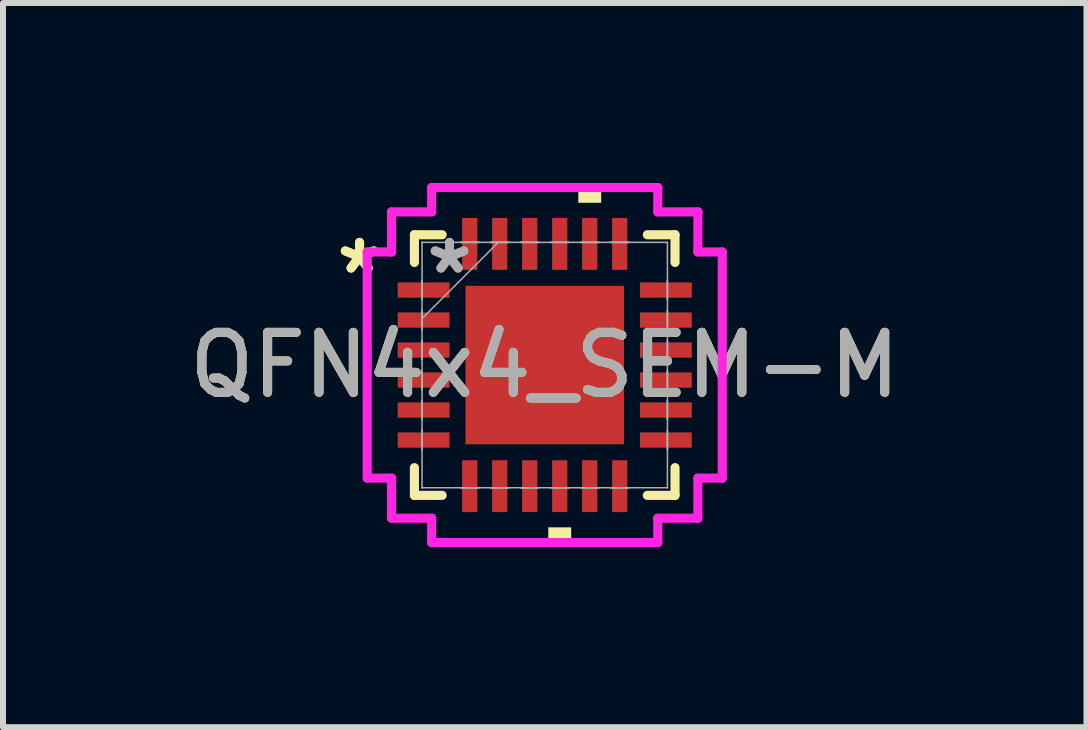
<source format=kicad_pcb>
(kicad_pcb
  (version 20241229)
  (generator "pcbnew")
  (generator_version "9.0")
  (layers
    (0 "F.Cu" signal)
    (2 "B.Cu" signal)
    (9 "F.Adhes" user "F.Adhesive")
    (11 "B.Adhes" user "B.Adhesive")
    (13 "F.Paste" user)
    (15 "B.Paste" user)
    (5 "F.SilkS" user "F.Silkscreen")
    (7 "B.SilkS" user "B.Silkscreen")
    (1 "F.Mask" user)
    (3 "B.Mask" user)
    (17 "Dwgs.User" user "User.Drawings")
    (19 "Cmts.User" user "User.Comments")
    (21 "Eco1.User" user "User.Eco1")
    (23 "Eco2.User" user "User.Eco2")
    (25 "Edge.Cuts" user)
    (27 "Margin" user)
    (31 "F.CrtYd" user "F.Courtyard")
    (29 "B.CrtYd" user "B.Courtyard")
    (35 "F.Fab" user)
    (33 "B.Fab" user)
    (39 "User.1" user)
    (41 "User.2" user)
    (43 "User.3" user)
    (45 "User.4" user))
  (footprint "QFN4x4_SEM-M"
    (layer "F.Cu")
    (at 6.03 3.035)
    (property "Reference" "QFN4x4_SEM-M" (at 0 0 0) (unlocked yes) (layer "F.SilkS") (effects (font (size 1 1) (thickness 0.15))))
    (attr smd)
    (fp_line (start -2.172 -2.172) (end -2.172 -1.71) (stroke (width 0.152) (type solid)) (layer "F.SilkS"))
    (fp_line (start -2.172 1.71) (end -2.172 2.172) (stroke (width 0.152) (type solid)) (layer "F.SilkS"))
    (fp_line (start -2.172 2.172) (end -1.71 2.172) (stroke (width 0.152) (type solid)) (layer "F.SilkS"))
    (fp_line (start -1.71 -2.172) (end -2.172 -2.172) (stroke (width 0.152) (type solid)) (layer "F.SilkS"))
    (fp_line (start 1.71 2.172) (end 2.172 2.172) (stroke (width 0.152) (type solid)) (layer "F.SilkS"))
    (fp_line (start 2.172 -2.172) (end 1.71 -2.172) (stroke (width 0.152) (type solid)) (layer "F.SilkS"))
    (fp_line (start 2.172 -1.71) (end 2.172 -2.172) (stroke (width 0.152) (type solid)) (layer "F.SilkS"))
    (fp_line (start 2.172 2.172) (end 2.172 1.71) (stroke (width 0.152) (type solid)) (layer "F.SilkS"))
    (fp_poly (pts (xy 0.059 2.705) (xy 0.059 2.959) (xy 0.441 2.959) (xy 0.441 2.705)) (stroke (width 0) (type solid)) (fill yes) (layer "F.SilkS"))
    (fp_poly (pts (xy 0.56 -2.705) (xy 0.56 -2.959) (xy 0.941 -2.959) (xy 0.941 -2.705)) (stroke (width 0) (type solid)) (fill yes) (layer "F.SilkS"))
    (fp_poly (pts (xy -1.221 -1.221) (xy -1.221 -0.1) (xy -0.1 -0.1) (xy -0.1 -1.221)) (stroke (width 0) (type solid)) (fill yes) (layer "F.Paste"))
    (fp_poly (pts (xy -1.221 0.1) (xy -1.221 1.221) (xy -0.1 1.221) (xy -0.1 0.1)) (stroke (width 0) (type solid)) (fill yes) (layer "F.Paste"))
    (fp_poly (pts (xy 0.1 -1.221) (xy 0.1 -0.1) (xy 1.221 -0.1) (xy 1.221 -1.221)) (stroke (width 0) (type solid)) (fill yes) (layer "F.Paste"))
    (fp_poly (pts (xy 0.1 0.1) (xy 0.1 1.221) (xy 1.221 1.221) (xy 1.221 0.1)) (stroke (width 0) (type solid)) (fill yes) (layer "F.Paste"))
    (fp_line (start -2.959 -1.885) (end -2.553 -1.885) (stroke (width 0.152) (type solid)) (layer "F.CrtYd"))
    (fp_line (start -2.959 1.885) (end -2.959 -1.885) (stroke (width 0.152) (type solid)) (layer "F.CrtYd"))
    (fp_line (start -2.553 -2.553) (end -1.885 -2.553) (stroke (width 0.152) (type solid)) (layer "F.CrtYd"))
    (fp_line (start -2.553 -1.885) (end -2.553 -2.553) (stroke (width 0.152) (type solid)) (layer "F.CrtYd"))
    (fp_line (start -2.553 1.885) (end -2.959 1.885) (stroke (width 0.152) (type solid)) (layer "F.CrtYd"))
    (fp_line (start -2.553 2.553) (end -2.553 1.885) (stroke (width 0.152) (type solid)) (layer "F.CrtYd"))
    (fp_line (start -1.885 -2.959) (end 1.885 -2.959) (stroke (width 0.152) (type solid)) (layer "F.CrtYd"))
    (fp_line (start -1.885 -2.553) (end -1.885 -2.959) (stroke (width 0.152) (type solid)) (layer "F.CrtYd"))
    (fp_line (start -1.885 2.553) (end -2.553 2.553) (stroke (width 0.152) (type solid)) (layer "F.CrtYd"))
    (fp_line (start -1.885 2.959) (end -1.885 2.553) (stroke (width 0.152) (type solid)) (layer "F.CrtYd"))
    (fp_line (start 1.885 -2.959) (end 1.885 -2.553) (stroke (width 0.152) (type solid)) (layer "F.CrtYd"))
    (fp_line (start 1.885 -2.553) (end 2.553 -2.553) (stroke (width 0.152) (type solid)) (layer "F.CrtYd"))
    (fp_line (start 1.885 2.553) (end 1.885 2.959) (stroke (width 0.152) (type solid)) (layer "F.CrtYd"))
    (fp_line (start 1.885 2.959) (end -1.885 2.959) (stroke (width 0.152) (type solid)) (layer "F.CrtYd"))
    (fp_line (start 2.553 -2.553) (end 2.553 -1.885) (stroke (width 0.152) (type solid)) (layer "F.CrtYd"))
    (fp_line (start 2.553 -1.885) (end 2.959 -1.885) (stroke (width 0.152) (type solid)) (layer "F.CrtYd"))
    (fp_line (start 2.553 1.885) (end 2.553 2.553) (stroke (width 0.152) (type solid)) (layer "F.CrtYd"))
    (fp_line (start 2.553 2.553) (end 1.885 2.553) (stroke (width 0.152) (type solid)) (layer "F.CrtYd"))
    (fp_line (start 2.959 -1.885) (end 2.959 1.885) (stroke (width 0.152) (type solid)) (layer "F.CrtYd"))
    (fp_line (start 2.959 1.885) (end 2.553 1.885) (stroke (width 0.152) (type solid)) (layer "F.CrtYd"))
    (fp_line (start -2.045 -2.045) (end -2.045 -2.045) (stroke (width 0.025) (type solid)) (layer "F.Fab"))
    (fp_line (start -2.045 -2.045) (end -2.045 2.045) (stroke (width 0.025) (type solid)) (layer "F.Fab"))
    (fp_line (start -2.045 -1.402) (end -2.045 -1.402) (stroke (width 0.025) (type solid)) (layer "F.Fab"))
    (fp_line (start -2.045 -1.402) (end -2.045 -1.098) (stroke (width 0.025) (type solid)) (layer "F.Fab"))
    (fp_line (start -2.045 -1.098) (end -2.045 -1.402) (stroke (width 0.025) (type solid)) (layer "F.Fab"))
    (fp_line (start -2.045 -1.098) (end -2.045 -1.098) (stroke (width 0.025) (type solid)) (layer "F.Fab"))
    (fp_line (start -2.045 -0.902) (end -2.045 -0.902) (stroke (width 0.025) (type solid)) (layer "F.Fab"))
    (fp_line (start -2.045 -0.902) (end -2.045 -0.598) (stroke (width 0.025) (type solid)) (layer "F.Fab"))
    (fp_line (start -2.045 -0.775) (end -0.775 -2.045) (stroke (width 0.025) (type solid)) (layer "F.Fab"))
    (fp_line (start -2.045 -0.598) (end -2.045 -0.902) (stroke (width 0.025) (type solid)) (layer "F.Fab"))
    (fp_line (start -2.045 -0.598) (end -2.045 -0.598) (stroke (width 0.025) (type solid)) (layer "F.Fab"))
    (fp_line (start -2.045 -0.402) (end -2.045 -0.402) (stroke (width 0.025) (type solid)) (layer "F.Fab"))
    (fp_line (start -2.045 -0.402) (end -2.045 -0.098) (stroke (width 0.025) (type solid)) (layer "F.Fab"))
    (fp_line (start -2.045 -0.098) (end -2.045 -0.402) (stroke (width 0.025) (type solid)) (layer "F.Fab"))
    (fp_line (start -2.045 -0.098) (end -2.045 -0.098) (stroke (width 0.025) (type solid)) (layer "F.Fab"))
    (fp_line (start -2.045 0.098) (end -2.045 0.098) (stroke (width 0.025) (type solid)) (layer "F.Fab"))
    (fp_line (start -2.045 0.098) (end -2.045 0.402) (stroke (width 0.025) (type solid)) (layer "F.Fab"))
    (fp_line (start -2.045 0.402) (end -2.045 0.098) (stroke (width 0.025) (type solid)) (layer "F.Fab"))
    (fp_line (start -2.045 0.402) (end -2.045 0.402) (stroke (width 0.025) (type solid)) (layer "F.Fab"))
    (fp_line (start -2.045 0.598) (end -2.045 0.598) (stroke (width 0.025) (type solid)) (layer "F.Fab"))
    (fp_line (start -2.045 0.598) (end -2.045 0.902) (stroke (width 0.025) (type solid)) (layer "F.Fab"))
    (fp_line (start -2.045 0.902) (end -2.045 0.598) (stroke (width 0.025) (type solid)) (layer "F.Fab"))
    (fp_line (start -2.045 0.902) (end -2.045 0.902) (stroke (width 0.025) (type solid)) (layer "F.Fab"))
    (fp_line (start -2.045 1.098) (end -2.045 1.098) (stroke (width 0.025) (type solid)) (layer "F.Fab"))
    (fp_line (start -2.045 1.098) (end -2.045 1.402) (stroke (width 0.025) (type solid)) (layer "F.Fab"))
    (fp_line (start -2.045 1.402) (end -2.045 1.098) (stroke (width 0.025) (type solid)) (layer "F.Fab"))
    (fp_line (start -2.045 1.402) (end -2.045 1.402) (stroke (width 0.025) (type solid)) (layer "F.Fab"))
    (fp_line (start -2.045 2.045) (end -2.045 2.045) (stroke (width 0.025) (type solid)) (layer "F.Fab"))
    (fp_line (start -2.045 2.045) (end 2.045 2.045) (stroke (width 0.025) (type solid)) (layer "F.Fab"))
    (fp_line (start -1.402 -2.045) (end -1.402 -2.045) (stroke (width 0.025) (type solid)) (layer "F.Fab"))
    (fp_line (start -1.402 -2.045) (end -1.098 -2.045) (stroke (width 0.025) (type solid)) (layer "F.Fab"))
    (fp_line (start -1.402 2.045) (end -1.402 2.045) (stroke (width 0.025) (type solid)) (layer "F.Fab"))
    (fp_line (start -1.402 2.045) (end -1.098 2.045) (stroke (width 0.025) (type solid)) (layer "F.Fab"))
    (fp_line (start -1.098 -2.045) (end -1.402 -2.045) (stroke (width 0.025) (type solid)) (layer "F.Fab"))
    (fp_line (start -1.098 -2.045) (end -1.098 -2.045) (stroke (width 0.025) (type solid)) (layer "F.Fab"))
    (fp_line (start -1.098 2.045) (end -1.402 2.045) (stroke (width 0.025) (type solid)) (layer "F.Fab"))
    (fp_line (start -1.098 2.045) (end -1.098 2.045) (stroke (width 0.025) (type solid)) (layer "F.Fab"))
    (fp_line (start -0.902 -2.045) (end -0.902 -2.045) (stroke (width 0.025) (type solid)) (layer "F.Fab"))
    (fp_line (start -0.902 -2.045) (end -0.598 -2.045) (stroke (width 0.025) (type solid)) (layer "F.Fab"))
    (fp_line (start -0.902 2.045) (end -0.902 2.045) (stroke (width 0.025) (type solid)) (layer "F.Fab"))
    (fp_line (start -0.902 2.045) (end -0.598 2.045) (stroke (width 0.025) (type solid)) (layer "F.Fab"))
    (fp_line (start -0.598 -2.045) (end -0.902 -2.045) (stroke (width 0.025) (type solid)) (layer "F.Fab"))
    (fp_line (start -0.598 -2.045) (end -0.598 -2.045) (stroke (width 0.025) (type solid)) (layer "F.Fab"))
    (fp_line (start -0.598 2.045) (end -0.902 2.045) (stroke (width 0.025) (type solid)) (layer "F.Fab"))
    (fp_line (start -0.598 2.045) (end -0.598 2.045) (stroke (width 0.025) (type solid)) (layer "F.Fab"))
    (fp_line (start -0.402 -2.045) (end -0.402 -2.045) (stroke (width 0.025) (type solid)) (layer "F.Fab"))
    (fp_line (start -0.402 -2.045) (end -0.098 -2.045) (stroke (width 0.025) (type solid)) (layer "F.Fab"))
    (fp_line (start -0.402 2.045) (end -0.402 2.045) (stroke (width 0.025) (type solid)) (layer "F.Fab"))
    (fp_line (start -0.402 2.045) (end -0.098 2.045) (stroke (width 0.025) (type solid)) (layer "F.Fab"))
    (fp_line (start -0.098 -2.045) (end -0.402 -2.045) (stroke (width 0.025) (type solid)) (layer "F.Fab"))
    (fp_line (start -0.098 -2.045) (end -0.098 -2.045) (stroke (width 0.025) (type solid)) (layer "F.Fab"))
    (fp_line (start -0.098 2.045) (end -0.402 2.045) (stroke (width 0.025) (type solid)) (layer "F.Fab"))
    (fp_line (start -0.098 2.045) (end -0.098 2.045) (stroke (width 0.025) (type solid)) (layer "F.Fab"))
    (fp_line (start 0.098 -2.045) (end 0.098 -2.045) (stroke (width 0.025) (type solid)) (layer "F.Fab"))
    (fp_line (start 0.098 -2.045) (end 0.402 -2.045) (stroke (width 0.025) (type solid)) (layer "F.Fab"))
    (fp_line (start 0.098 2.045) (end 0.098 2.045) (stroke (width 0.025) (type solid)) (layer "F.Fab"))
    (fp_line (start 0.098 2.045) (end 0.402 2.045) (stroke (width 0.025) (type solid)) (layer "F.Fab"))
    (fp_line (start 0.402 -2.045) (end 0.098 -2.045) (stroke (width 0.025) (type solid)) (layer "F.Fab"))
    (fp_line (start 0.402 -2.045) (end 0.402 -2.045) (stroke (width 0.025) (type solid)) (layer "F.Fab"))
    (fp_line (start 0.402 2.045) (end 0.098 2.045) (stroke (width 0.025) (type solid)) (layer "F.Fab"))
    (fp_line (start 0.402 2.045) (end 0.402 2.045) (stroke (width 0.025) (type solid)) (layer "F.Fab"))
    (fp_line (start 0.598 -2.045) (end 0.598 -2.045) (stroke (width 0.025) (type solid)) (layer "F.Fab"))
    (fp_line (start 0.598 -2.045) (end 0.902 -2.045) (stroke (width 0.025) (type solid)) (layer "F.Fab"))
    (fp_line (start 0.598 2.045) (end 0.598 2.045) (stroke (width 0.025) (type solid)) (layer "F.Fab"))
    (fp_line (start 0.598 2.045) (end 0.902 2.045) (stroke (width 0.025) (type solid)) (layer "F.Fab"))
    (fp_line (start 0.902 -2.045) (end 0.598 -2.045) (stroke (width 0.025) (type solid)) (layer "F.Fab"))
    (fp_line (start 0.902 -2.045) (end 0.902 -2.045) (stroke (width 0.025) (type solid)) (layer "F.Fab"))
    (fp_line (start 0.902 2.045) (end 0.598 2.045) (stroke (width 0.025) (type solid)) (layer "F.Fab"))
    (fp_line (start 0.902 2.045) (end 0.902 2.045) (stroke (width 0.025) (type solid)) (layer "F.Fab"))
    (fp_line (start 1.098 -2.045) (end 1.098 -2.045) (stroke (width 0.025) (type solid)) (layer "F.Fab"))
    (fp_line (start 1.098 -2.045) (end 1.402 -2.045) (stroke (width 0.025) (type solid)) (layer "F.Fab"))
    (fp_line (start 1.098 2.045) (end 1.098 2.045) (stroke (width 0.025) (type solid)) (layer "F.Fab"))
    (fp_line (start 1.098 2.045) (end 1.402 2.045) (stroke (width 0.025) (type solid)) (layer "F.Fab"))
    (fp_line (start 1.402 -2.045) (end 1.098 -2.045) (stroke (width 0.025) (type solid)) (layer "F.Fab"))
    (fp_line (start 1.402 -2.045) (end 1.402 -2.045) (stroke (width 0.025) (type solid)) (layer "F.Fab"))
    (fp_line (start 1.402 2.045) (end 1.098 2.045) (stroke (width 0.025) (type solid)) (layer "F.Fab"))
    (fp_line (start 1.402 2.045) (end 1.402 2.045) (stroke (width 0.025) (type solid)) (layer "F.Fab"))
    (fp_line (start 2.045 -2.045) (end -2.045 -2.045) (stroke (width 0.025) (type solid)) (layer "F.Fab"))
    (fp_line (start 2.045 -2.045) (end 2.045 -2.045) (stroke (width 0.025) (type solid)) (layer "F.Fab"))
    (fp_line (start 2.045 -1.402) (end 2.045 -1.402) (stroke (width 0.025) (type solid)) (layer "F.Fab"))
    (fp_line (start 2.045 -1.402) (end 2.045 -1.098) (stroke (width 0.025) (type solid)) (layer "F.Fab"))
    (fp_line (start 2.045 -1.098) (end 2.045 -1.402) (stroke (width 0.025) (type solid)) (layer "F.Fab"))
    (fp_line (start 2.045 -1.098) (end 2.045 -1.098) (stroke (width 0.025) (type solid)) (layer "F.Fab"))
    (fp_line (start 2.045 -0.902) (end 2.045 -0.902) (stroke (width 0.025) (type solid)) (layer "F.Fab"))
    (fp_line (start 2.045 -0.902) (end 2.045 -0.598) (stroke (width 0.025) (type solid)) (layer "F.Fab"))
    (fp_line (start 2.045 -0.598) (end 2.045 -0.902) (stroke (width 0.025) (type solid)) (layer "F.Fab"))
    (fp_line (start 2.045 -0.598) (end 2.045 -0.598) (stroke (width 0.025) (type solid)) (layer "F.Fab"))
    (fp_line (start 2.045 -0.402) (end 2.045 -0.402) (stroke (width 0.025) (type solid)) (layer "F.Fab"))
    (fp_line (start 2.045 -0.402) (end 2.045 -0.098) (stroke (width 0.025) (type solid)) (layer "F.Fab"))
    (fp_line (start 2.045 -0.098) (end 2.045 -0.402) (stroke (width 0.025) (type solid)) (layer "F.Fab"))
    (fp_line (start 2.045 -0.098) (end 2.045 -0.098) (stroke (width 0.025) (type solid)) (layer "F.Fab"))
    (fp_line (start 2.045 0.098) (end 2.045 0.098) (stroke (width 0.025) (type solid)) (layer "F.Fab"))
    (fp_line (start 2.045 0.098) (end 2.045 0.402) (stroke (width 0.025) (type solid)) (layer "F.Fab"))
    (fp_line (start 2.045 0.402) (end 2.045 0.098) (stroke (width 0.025) (type solid)) (layer "F.Fab"))
    (fp_line (start 2.045 0.402) (end 2.045 0.402) (stroke (width 0.025) (type solid)) (layer "F.Fab"))
    (fp_line (start 2.045 0.598) (end 2.045 0.598) (stroke (width 0.025) (type solid)) (layer "F.Fab"))
    (fp_line (start 2.045 0.598) (end 2.045 0.902) (stroke (width 0.025) (type solid)) (layer "F.Fab"))
    (fp_line (start 2.045 0.902) (end 2.045 0.598) (stroke (width 0.025) (type solid)) (layer "F.Fab"))
    (fp_line (start 2.045 0.902) (end 2.045 0.902) (stroke (width 0.025) (type solid)) (layer "F.Fab"))
    (fp_line (start 2.045 1.098) (end 2.045 1.098) (stroke (width 0.025) (type solid)) (layer "F.Fab"))
    (fp_line (start 2.045 1.098) (end 2.045 1.402) (stroke (width 0.025) (type solid)) (layer "F.Fab"))
    (fp_line (start 2.045 1.402) (end 2.045 1.098) (stroke (width 0.025) (type solid)) (layer "F.Fab"))
    (fp_line (start 2.045 1.402) (end 2.045 1.402) (stroke (width 0.025) (type solid)) (layer "F.Fab"))
    (fp_line (start 2.045 2.045) (end 2.045 -2.045) (stroke (width 0.025) (type solid)) (layer "F.Fab"))
    (fp_line (start 2.045 2.045) (end 2.045 2.045) (stroke (width 0.025) (type solid)) (layer "F.Fab"))
    (fp_text user "*" (at -3.086 -1.5 0) (unlocked yes) (layer "F.SilkS") (effects (font (size 1 1) (thickness 0.15))))
    (fp_text user "*" (at -3.086 -1.5 0) (layer "F.SilkS") (effects (font (size 1 1) (thickness 0.15))))
    (fp_text user "*" (at -1.587 -1.5 0) (unlocked yes) (layer "F.Fab") (effects (font (size 1 1) (thickness 0.15))))
    (fp_text user "${REFERENCE}" (at 0 0 0) (unlocked yes) (layer "F.Fab") (effects (font (size 1 1) (thickness 0.15))))
    (fp_text user "*" (at -1.587 -1.5 0) (layer "F.Fab") (effects (font (size 1 1) (thickness 0.15))))
    (pad "1" smd rect (at -2.019 -1.25 90) (size 0.254 0.864) (layers "F.Cu" "F.Mask" "F.Paste"))
    (pad "2" smd rect (at -2.019 -0.75 90) (size 0.254 0.864) (layers "F.Cu" "F.Mask" "F.Paste"))
    (pad "3" smd rect (at -2.019 -0.25 90) (size 0.254 0.864) (layers "F.Cu" "F.Mask" "F.Paste"))
    (pad "4" smd rect (at -2.019 0.25 90) (size 0.254 0.864) (layers "F.Cu" "F.Mask" "F.Paste"))
    (pad "5" smd rect (at -2.019 0.75 90) (size 0.254 0.864) (layers "F.Cu" "F.Mask" "F.Paste"))
    (pad "6" smd rect (at -2.019 1.25 90) (size 0.254 0.864) (layers "F.Cu" "F.Mask" "F.Paste"))
    (pad "7" smd rect (at -1.25 2.019) (size 0.254 0.864) (layers "F.Cu" "F.Mask" "F.Paste"))
    (pad "8" smd rect (at -0.75 2.019) (size 0.254 0.864) (layers "F.Cu" "F.Mask" "F.Paste"))
    (pad "9" smd rect (at -0.25 2.019) (size 0.254 0.864) (layers "F.Cu" "F.Mask" "F.Paste"))
    (pad "10" smd rect (at 0.25 2.019) (size 0.254 0.864) (layers "F.Cu" "F.Mask" "F.Paste"))
    (pad "11" smd rect (at 0.75 2.019) (size 0.254 0.864) (layers "F.Cu" "F.Mask" "F.Paste"))
    (pad "12" smd rect (at 1.25 2.019) (size 0.254 0.864) (layers "F.Cu" "F.Mask" "F.Paste"))
    (pad "13" smd rect (at 2.019 1.25 90) (size 0.254 0.864) (layers "F.Cu" "F.Mask" "F.Paste"))
    (pad "14" smd rect (at 2.019 0.75 90) (size 0.254 0.864) (layers "F.Cu" "F.Mask" "F.Paste"))
    (pad "15" smd rect (at 2.019 0.25 90) (size 0.254 0.864) (layers "F.Cu" "F.Mask" "F.Paste"))
    (pad "16" smd rect (at 2.019 -0.25 90) (size 0.254 0.864) (layers "F.Cu" "F.Mask" "F.Paste"))
    (pad "17" smd rect (at 2.019 -0.75 90) (size 0.254 0.864) (layers "F.Cu" "F.Mask" "F.Paste"))
    (pad "18" smd rect (at 2.019 -1.25 90) (size 0.254 0.864) (layers "F.Cu" "F.Mask" "F.Paste"))
    (pad "19" smd rect (at 1.25 -2.019) (size 0.254 0.864) (layers "F.Cu" "F.Mask" "F.Paste"))
    (pad "20" smd rect (at 0.75 -2.019) (size 0.254 0.864) (layers "F.Cu" "F.Mask" "F.Paste"))
    (pad "21" smd rect (at 0.25 -2.019) (size 0.254 0.864) (layers "F.Cu" "F.Mask" "F.Paste"))
    (pad "22" smd rect (at -0.25 -2.019) (size 0.254 0.864) (layers "F.Cu" "F.Mask" "F.Paste"))
    (pad "23" smd rect (at -0.75 -2.019) (size 0.254 0.864) (layers "F.Cu" "F.Mask" "F.Paste"))
    (pad "24" smd rect (at -1.25 -2.019) (size 0.254 0.864) (layers "F.Cu" "F.Mask" "F.Paste"))
    (pad "25" smd rect (at 0 0) (size 2.642 2.642) (layers "F.Cu" "F.Mask")))
  (gr_rect
    (start -3 -3)
    (end 15.06 9.071)
    (stroke (width 0.1) (type default))
    (fill no)
    (layer "Edge.Cuts")))
</source>
